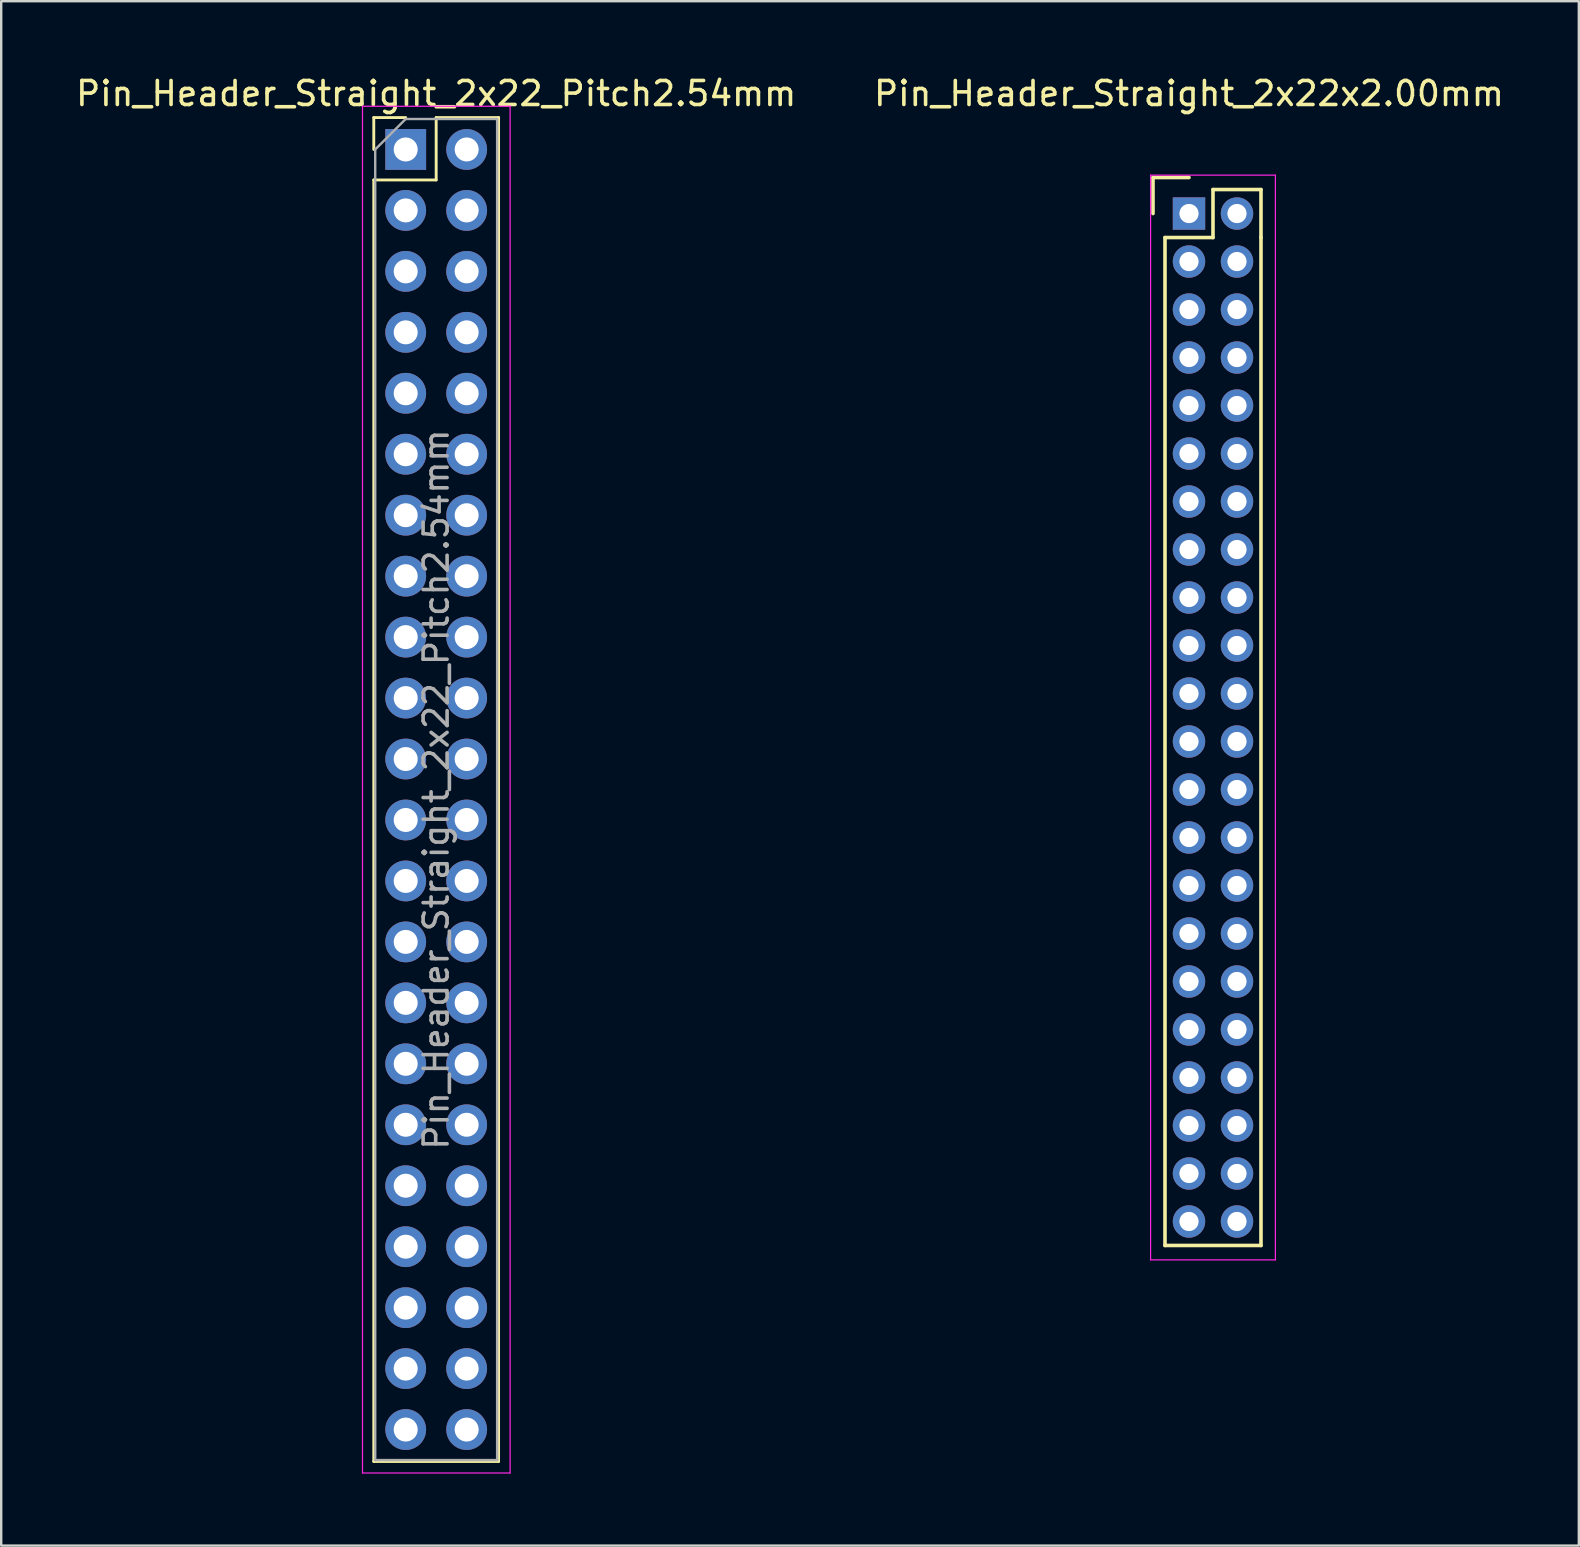
<source format=kicad_pcb>
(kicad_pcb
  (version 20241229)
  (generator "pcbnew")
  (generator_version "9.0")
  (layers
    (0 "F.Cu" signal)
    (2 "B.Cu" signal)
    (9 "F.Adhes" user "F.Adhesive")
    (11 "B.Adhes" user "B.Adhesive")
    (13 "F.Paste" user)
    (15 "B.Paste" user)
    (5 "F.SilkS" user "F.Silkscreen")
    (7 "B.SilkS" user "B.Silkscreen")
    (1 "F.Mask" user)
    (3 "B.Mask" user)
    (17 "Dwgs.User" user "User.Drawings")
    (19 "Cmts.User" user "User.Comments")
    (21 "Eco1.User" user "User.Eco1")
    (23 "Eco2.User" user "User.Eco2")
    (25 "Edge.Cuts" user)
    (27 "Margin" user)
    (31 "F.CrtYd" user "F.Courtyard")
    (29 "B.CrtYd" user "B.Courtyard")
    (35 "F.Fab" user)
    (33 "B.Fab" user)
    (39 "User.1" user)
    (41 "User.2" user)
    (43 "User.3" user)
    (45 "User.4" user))
  (footprint "Pin_Header_Straight_2x22_Pitch2.54mm"
    (layer "F.Cu")
    (at 13.855 3.178)
    (property "Reference" "Pin_Header_Straight_2x22_Pitch2.54mm" (at 1.27 -2.33 0) (layer "F.SilkS") (effects (font (size 1 1) (thickness 0.15))))
    (attr through_hole)
    (fp_line (start -1.33 -1.33) (end 0 -1.33) (stroke (width 0.12) (type solid)) (layer "F.SilkS"))
    (fp_line (start -1.33 0) (end -1.33 -1.33) (stroke (width 0.12) (type solid)) (layer "F.SilkS"))
    (fp_line (start -1.33 1.27) (end -1.33 54.67) (stroke (width 0.12) (type solid)) (layer "F.SilkS"))
    (fp_line (start -1.33 54.67) (end 3.87 54.67) (stroke (width 0.12) (type solid)) (layer "F.SilkS"))
    (fp_line (start 1.27 -1.33) (end 1.27 1.27) (stroke (width 0.12) (type solid)) (layer "F.SilkS"))
    (fp_line (start 1.27 1.27) (end -1.33 1.27) (stroke (width 0.12) (type solid)) (layer "F.SilkS"))
    (fp_line (start 3.87 -1.33) (end 1.27 -1.33) (stroke (width 0.12) (type solid)) (layer "F.SilkS"))
    (fp_line (start 3.87 54.67) (end 3.87 -1.33) (stroke (width 0.12) (type solid)) (layer "F.SilkS"))
    (fp_line (start -1.8 -1.8) (end -1.8 55.15) (stroke (width 0.05) (type solid)) (layer "F.CrtYd"))
    (fp_line (start -1.8 55.15) (end 4.35 55.15) (stroke (width 0.05) (type solid)) (layer "F.CrtYd"))
    (fp_line (start 4.35 -1.8) (end -1.8 -1.8) (stroke (width 0.05) (type solid)) (layer "F.CrtYd"))
    (fp_line (start 4.35 55.15) (end 4.35 -1.8) (stroke (width 0.05) (type solid)) (layer "F.CrtYd"))
    (fp_line (start -1.27 0) (end 0 -1.27) (stroke (width 0.1) (type solid)) (layer "F.Fab"))
    (fp_line (start -1.27 54.61) (end -1.27 0) (stroke (width 0.1) (type solid)) (layer "F.Fab"))
    (fp_line (start 0 -1.27) (end 3.81 -1.27) (stroke (width 0.1) (type solid)) (layer "F.Fab"))
    (fp_line (start 3.81 -1.27) (end 3.81 54.61) (stroke (width 0.1) (type solid)) (layer "F.Fab"))
    (fp_line (start 3.81 54.61) (end -1.27 54.61) (stroke (width 0.1) (type solid)) (layer "F.Fab"))
    (fp_text user "${REFERENCE}" (at 1.27 26.67 90) (layer "F.Fab") (effects (font (size 1 1) (thickness 0.15))))
    (pad "1" thru_hole rect (at 0 0) (size 1.7 1.7) (drill 1) (layers "*.Cu" "*.Mask"))
    (pad "2" thru_hole oval (at 2.54 0) (size 1.7 1.7) (drill 1) (layers "*.Cu" "*.Mask"))
    (pad "3" thru_hole oval (at 0 2.54) (size 1.7 1.7) (drill 1) (layers "*.Cu" "*.Mask"))
    (pad "4" thru_hole oval (at 2.54 2.54) (size 1.7 1.7) (drill 1) (layers "*.Cu" "*.Mask"))
    (pad "5" thru_hole oval (at 0 5.08) (size 1.7 1.7) (drill 1) (layers "*.Cu" "*.Mask"))
    (pad "6" thru_hole oval (at 2.54 5.08) (size 1.7 1.7) (drill 1) (layers "*.Cu" "*.Mask"))
    (pad "7" thru_hole oval (at 0 7.62) (size 1.7 1.7) (drill 1) (layers "*.Cu" "*.Mask"))
    (pad "8" thru_hole oval (at 2.54 7.62) (size 1.7 1.7) (drill 1) (layers "*.Cu" "*.Mask"))
    (pad "9" thru_hole oval (at 0 10.16) (size 1.7 1.7) (drill 1) (layers "*.Cu" "*.Mask"))
    (pad "10" thru_hole oval (at 2.54 10.16) (size 1.7 1.7) (drill 1) (layers "*.Cu" "*.Mask"))
    (pad "11" thru_hole oval (at 0 12.7) (size 1.7 1.7) (drill 1) (layers "*.Cu" "*.Mask"))
    (pad "12" thru_hole oval (at 2.54 12.7) (size 1.7 1.7) (drill 1) (layers "*.Cu" "*.Mask"))
    (pad "13" thru_hole oval (at 0 15.24) (size 1.7 1.7) (drill 1) (layers "*.Cu" "*.Mask"))
    (pad "14" thru_hole oval (at 2.54 15.24) (size 1.7 1.7) (drill 1) (layers "*.Cu" "*.Mask"))
    (pad "15" thru_hole oval (at 0 17.78) (size 1.7 1.7) (drill 1) (layers "*.Cu" "*.Mask"))
    (pad "16" thru_hole oval (at 2.54 17.78) (size 1.7 1.7) (drill 1) (layers "*.Cu" "*.Mask"))
    (pad "17" thru_hole oval (at 0 20.32) (size 1.7 1.7) (drill 1) (layers "*.Cu" "*.Mask"))
    (pad "18" thru_hole oval (at 2.54 20.32) (size 1.7 1.7) (drill 1) (layers "*.Cu" "*.Mask"))
    (pad "19" thru_hole oval (at 0 22.86) (size 1.7 1.7) (drill 1) (layers "*.Cu" "*.Mask"))
    (pad "20" thru_hole oval (at 2.54 22.86) (size 1.7 1.7) (drill 1) (layers "*.Cu" "*.Mask"))
    (pad "21" thru_hole oval (at 0 25.4) (size 1.7 1.7) (drill 1) (layers "*.Cu" "*.Mask"))
    (pad "22" thru_hole oval (at 2.54 25.4) (size 1.7 1.7) (drill 1) (layers "*.Cu" "*.Mask"))
    (pad "23" thru_hole oval (at 0 27.94) (size 1.7 1.7) (drill 1) (layers "*.Cu" "*.Mask"))
    (pad "24" thru_hole oval (at 2.54 27.94) (size 1.7 1.7) (drill 1) (layers "*.Cu" "*.Mask"))
    (pad "25" thru_hole oval (at 0 30.48) (size 1.7 1.7) (drill 1) (layers "*.Cu" "*.Mask"))
    (pad "26" thru_hole oval (at 2.54 30.48) (size 1.7 1.7) (drill 1) (layers "*.Cu" "*.Mask"))
    (pad "27" thru_hole oval (at 0 33.02) (size 1.7 1.7) (drill 1) (layers "*.Cu" "*.Mask"))
    (pad "28" thru_hole oval (at 2.54 33.02) (size 1.7 1.7) (drill 1) (layers "*.Cu" "*.Mask"))
    (pad "29" thru_hole oval (at 0 35.56) (size 1.7 1.7) (drill 1) (layers "*.Cu" "*.Mask"))
    (pad "30" thru_hole oval (at 2.54 35.56) (size 1.7 1.7) (drill 1) (layers "*.Cu" "*.Mask"))
    (pad "31" thru_hole oval (at 0 38.1) (size 1.7 1.7) (drill 1) (layers "*.Cu" "*.Mask"))
    (pad "32" thru_hole oval (at 2.54 38.1) (size 1.7 1.7) (drill 1) (layers "*.Cu" "*.Mask"))
    (pad "33" thru_hole oval (at 0 40.64) (size 1.7 1.7) (drill 1) (layers "*.Cu" "*.Mask"))
    (pad "34" thru_hole oval (at 2.54 40.64) (size 1.7 1.7) (drill 1) (layers "*.Cu" "*.Mask"))
    (pad "35" thru_hole oval (at 0 43.18) (size 1.7 1.7) (drill 1) (layers "*.Cu" "*.Mask"))
    (pad "36" thru_hole oval (at 2.54 43.18) (size 1.7 1.7) (drill 1) (layers "*.Cu" "*.Mask"))
    (pad "37" thru_hole oval (at 0 45.72) (size 1.7 1.7) (drill 1) (layers "*.Cu" "*.Mask"))
    (pad "38" thru_hole oval (at 2.54 45.72) (size 1.7 1.7) (drill 1) (layers "*.Cu" "*.Mask"))
    (pad "39" thru_hole oval (at 0 48.26) (size 1.7 1.7) (drill 1) (layers "*.Cu" "*.Mask"))
    (pad "40" thru_hole oval (at 2.54 48.26) (size 1.7 1.7) (drill 1) (layers "*.Cu" "*.Mask"))
    (pad "41" thru_hole oval (at 0 50.8) (size 1.7 1.7) (drill 1) (layers "*.Cu" "*.Mask"))
    (pad "42" thru_hole oval (at 2.54 50.8) (size 1.7 1.7) (drill 1) (layers "*.Cu" "*.Mask"))
    (pad "43" thru_hole oval (at 0 53.34) (size 1.7 1.7) (drill 1) (layers "*.Cu" "*.Mask"))
    (pad "44" thru_hole oval (at 2.54 53.34) (size 1.7 1.7) (drill 1) (layers "*.Cu" "*.Mask")))
  (footprint "Pin_Header_Straight_2x22x2.00mm"
    (layer "F.Cu")
    (at 46.494 5.848)
    (property "Reference" "Pin_Header_Straight_2x22x2.00mm" (at 0 -5 0) (layer "F.SilkS") (effects (font (size 1 1) (thickness 0.15))))
    (attr through_hole)
    (fp_line (start -1.5 -1.5) (end 0 -1.5) (stroke (width 0.15) (type solid)) (layer "F.SilkS"))
    (fp_line (start -1.5 0) (end -1.5 -1.5) (stroke (width 0.15) (type solid)) (layer "F.SilkS"))
    (fp_line (start -1 1) (end 1 1) (stroke (width 0.15) (type solid)) (layer "F.SilkS"))
    (fp_line (start -1 43) (end -1 1) (stroke (width 0.15) (type solid)) (layer "F.SilkS"))
    (fp_line (start 1 -1) (end 3 -1) (stroke (width 0.15) (type solid)) (layer "F.SilkS"))
    (fp_line (start 1 1) (end 1 -1) (stroke (width 0.15) (type solid)) (layer "F.SilkS"))
    (fp_line (start 3 -1) (end 3 1) (stroke (width 0.15) (type solid)) (layer "F.SilkS"))
    (fp_line (start 3 1) (end 3 43) (stroke (width 0.15) (type solid)) (layer "F.SilkS"))
    (fp_line (start 3 43) (end -1 43) (stroke (width 0.15) (type solid)) (layer "F.SilkS"))
    (fp_line (start -1.6 -1.6) (end 3.6 -1.6) (stroke (width 0.05) (type solid)) (layer "F.CrtYd"))
    (fp_line (start -1.6 43.6) (end -1.6 -1.6) (stroke (width 0.05) (type solid)) (layer "F.CrtYd"))
    (fp_line (start 3.6 -1.6) (end 3.6 43.6) (stroke (width 0.05) (type solid)) (layer "F.CrtYd"))
    (fp_line (start 3.6 43.6) (end -1.6 43.6) (stroke (width 0.05) (type solid)) (layer "F.CrtYd"))
    (pad "1" thru_hole rect (at 0 0) (size 1.35 1.35) (drill 0.8) (layers "*.Cu" "*.Mask"))
    (pad "2" thru_hole circle (at 2 0) (size 1.35 1.35) (drill 0.8) (layers "*.Cu" "*.Mask"))
    (pad "3" thru_hole circle (at 0 2) (size 1.35 1.35) (drill 0.8) (layers "*.Cu" "*.Mask"))
    (pad "4" thru_hole circle (at 2 2) (size 1.35 1.35) (drill 0.8) (layers "*.Cu" "*.Mask"))
    (pad "5" thru_hole circle (at 0 4) (size 1.35 1.35) (drill 0.8) (layers "*.Cu" "*.Mask"))
    (pad "6" thru_hole circle (at 2 4) (size 1.35 1.35) (drill 0.8) (layers "*.Cu" "*.Mask"))
    (pad "7" thru_hole circle (at 0 6) (size 1.35 1.35) (drill 0.8) (layers "*.Cu" "*.Mask"))
    (pad "8" thru_hole circle (at 2 6) (size 1.35 1.35) (drill 0.8) (layers "*.Cu" "*.Mask"))
    (pad "9" thru_hole circle (at 0 8) (size 1.35 1.35) (drill 0.8) (layers "*.Cu" "*.Mask"))
    (pad "10" thru_hole circle (at 2 8) (size 1.35 1.35) (drill 0.8) (layers "*.Cu" "*.Mask"))
    (pad "11" thru_hole circle (at 0 10) (size 1.35 1.35) (drill 0.8) (layers "*.Cu" "*.Mask"))
    (pad "12" thru_hole circle (at 2 10) (size 1.35 1.35) (drill 0.8) (layers "*.Cu" "*.Mask"))
    (pad "13" thru_hole circle (at 0 12) (size 1.35 1.35) (drill 0.8) (layers "*.Cu" "*.Mask"))
    (pad "14" thru_hole circle (at 2 12) (size 1.35 1.35) (drill 0.8) (layers "*.Cu" "*.Mask"))
    (pad "15" thru_hole circle (at 0 14) (size 1.35 1.35) (drill 0.8) (layers "*.Cu" "*.Mask"))
    (pad "16" thru_hole circle (at 2 14) (size 1.35 1.35) (drill 0.8) (layers "*.Cu" "*.Mask"))
    (pad "17" thru_hole circle (at 0 16) (size 1.35 1.35) (drill 0.8) (layers "*.Cu" "*.Mask"))
    (pad "18" thru_hole circle (at 2 16) (size 1.35 1.35) (drill 0.8) (layers "*.Cu" "*.Mask"))
    (pad "19" thru_hole circle (at 0 18) (size 1.35 1.35) (drill 0.8) (layers "*.Cu" "*.Mask"))
    (pad "20" thru_hole circle (at 2 18) (size 1.35 1.35) (drill 0.8) (layers "*.Cu" "*.Mask"))
    (pad "21" thru_hole circle (at 0 20) (size 1.35 1.35) (drill 0.8) (layers "*.Cu" "*.Mask"))
    (pad "22" thru_hole circle (at 2 20) (size 1.35 1.35) (drill 0.8) (layers "*.Cu" "*.Mask"))
    (pad "23" thru_hole circle (at 0 22) (size 1.35 1.35) (drill 0.8) (layers "*.Cu" "*.Mask"))
    (pad "24" thru_hole circle (at 2 22) (size 1.35 1.35) (drill 0.8) (layers "*.Cu" "*.Mask"))
    (pad "25" thru_hole circle (at 0 24) (size 1.35 1.35) (drill 0.8) (layers "*.Cu" "*.Mask"))
    (pad "26" thru_hole circle (at 2 24) (size 1.35 1.35) (drill 0.8) (layers "*.Cu" "*.Mask"))
    (pad "27" thru_hole circle (at 0 26) (size 1.35 1.35) (drill 0.8) (layers "*.Cu" "*.Mask"))
    (pad "28" thru_hole circle (at 2 26) (size 1.35 1.35) (drill 0.8) (layers "*.Cu" "*.Mask"))
    (pad "29" thru_hole circle (at 0 28) (size 1.35 1.35) (drill 0.8) (layers "*.Cu" "*.Mask"))
    (pad "30" thru_hole circle (at 2 28) (size 1.35 1.35) (drill 0.8) (layers "*.Cu" "*.Mask"))
    (pad "31" thru_hole circle (at 0 30) (size 1.35 1.35) (drill 0.8) (layers "*.Cu" "*.Mask"))
    (pad "32" thru_hole circle (at 2 30) (size 1.35 1.35) (drill 0.8) (layers "*.Cu" "*.Mask"))
    (pad "33" thru_hole circle (at 0 32) (size 1.35 1.35) (drill 0.8) (layers "*.Cu" "*.Mask"))
    (pad "34" thru_hole circle (at 2 32) (size 1.35 1.35) (drill 0.8) (layers "*.Cu" "*.Mask"))
    (pad "35" thru_hole circle (at 0 34) (size 1.35 1.35) (drill 0.8) (layers "*.Cu" "*.Mask"))
    (pad "36" thru_hole circle (at 2 34) (size 1.35 1.35) (drill 0.8) (layers "*.Cu" "*.Mask"))
    (pad "37" thru_hole circle (at 0 36) (size 1.35 1.35) (drill 0.8) (layers "*.Cu" "*.Mask"))
    (pad "38" thru_hole circle (at 2 36) (size 1.35 1.35) (drill 0.8) (layers "*.Cu" "*.Mask"))
    (pad "39" thru_hole circle (at 0 38) (size 1.35 1.35) (drill 0.8) (layers "*.Cu" "*.Mask"))
    (pad "40" thru_hole circle (at 2 38) (size 1.35 1.35) (drill 0.8) (layers "*.Cu" "*.Mask"))
    (pad "41" thru_hole circle (at 0 40) (size 1.35 1.35) (drill 0.8) (layers "*.Cu" "*.Mask"))
    (pad "42" thru_hole circle (at 2 40) (size 1.35 1.35) (drill 0.8) (layers "*.Cu" "*.Mask"))
    (pad "43" thru_hole circle (at 0 42) (size 1.35 1.35) (drill 0.8) (layers "*.Cu" "*.Mask"))
    (pad "44" thru_hole circle (at 2 42) (size 1.35 1.35) (drill 0.8) (layers "*.Cu" "*.Mask")))
  (gr_rect
    (start -3 -3)
    (end 62.738 61.353)
    (stroke (width 0.1) (type default))
    (fill no)
    (layer "Edge.Cuts")))
</source>
